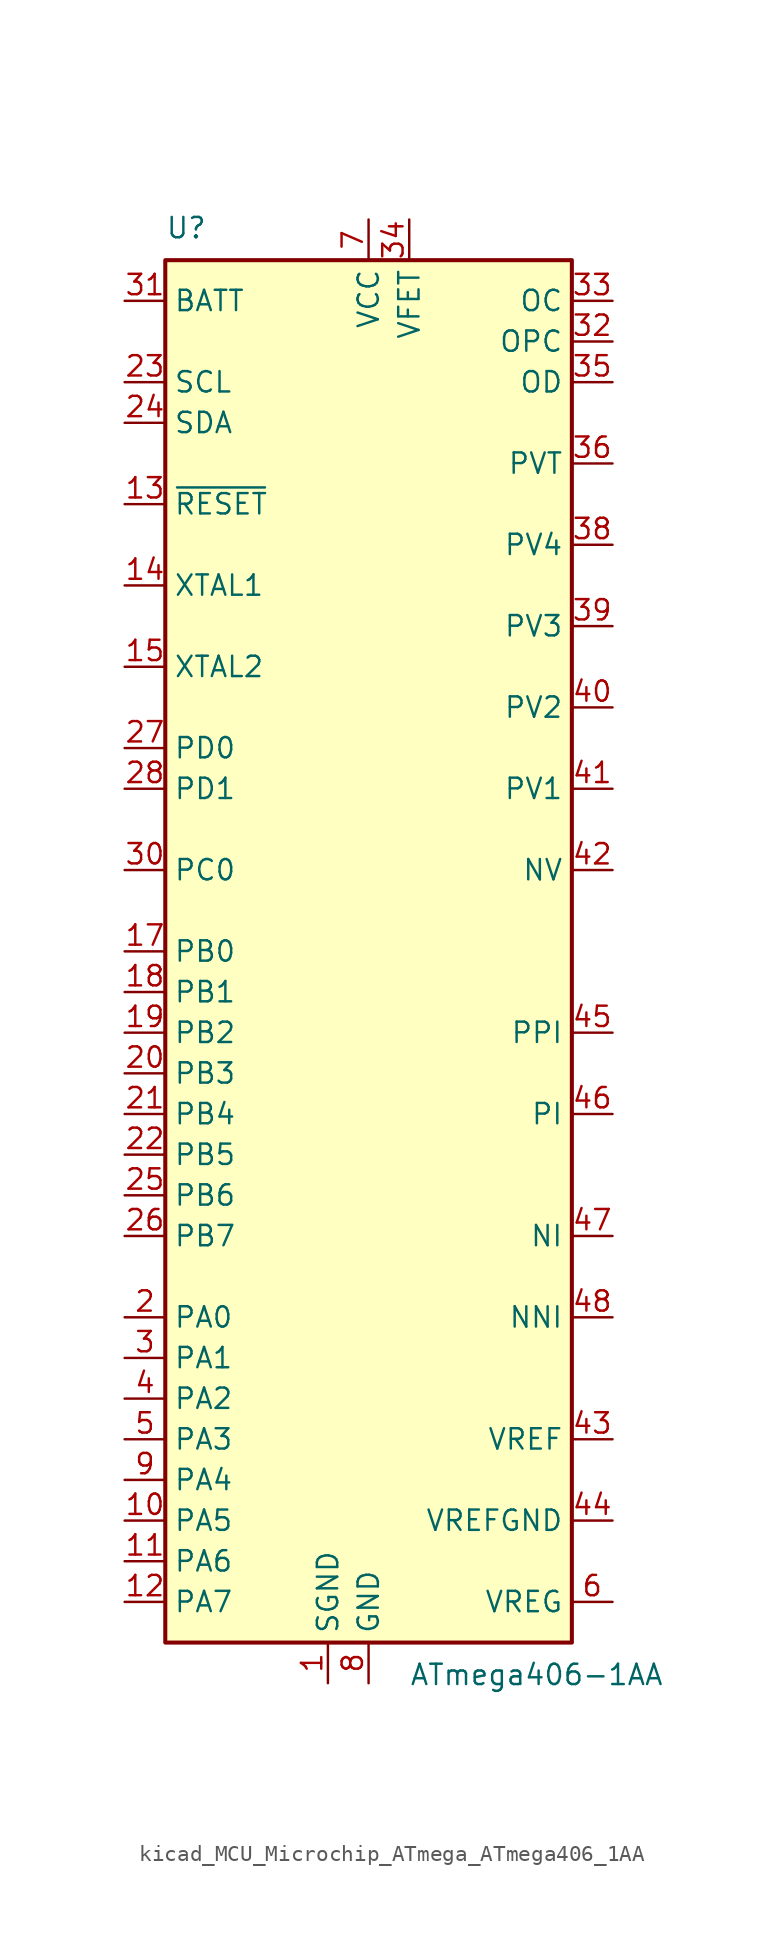
<source format=kicad_sym>
(kicad_symbol_lib
  (version 20220914)
  (generator kicad_symbol_editor)
  (symbol "kicad_MCU_Microchip_ATmega_ATmega406_1AA"
    (property "Reference" "U"
      (at -12.7 44.45 0)
      (effects (font (size 1.27 1.27)) (justify left bottom)))
    (property "Value" "ATmega406-1AA"
      (at 2.54 -44.45 0)
      (effects (font (size 1.27 1.27)) (justify left top)))
    (symbol "kicad_MCU_Microchip_ATmega_ATmega406_1AA_1_1"
      (rectangle (start -12.7 43.18) (end 12.7 -43.18) (stroke (width 0.254) (type default)) (fill (type background)))
      (pin power_in line (at -2.54 -45.72 90) (length 2.54) (name "SGND" (effects (font (size 1.27 1.27)))) (number "1" (effects (font (size 1.27 1.27)))))
      (pin bidirectional line (at -15.24 -35.56 0) (length 2.54) (name "PA5" (effects (font (size 1.27 1.27)))) (number "10" (effects (font (size 1.27 1.27)))))
      (pin bidirectional line (at -15.24 -38.1 0) (length 2.54) (name "PA6" (effects (font (size 1.27 1.27)))) (number "11" (effects (font (size 1.27 1.27)))))
      (pin bidirectional line (at -15.24 -40.64 0) (length 2.54) (name "PA7" (effects (font (size 1.27 1.27)))) (number "12" (effects (font (size 1.27 1.27)))))
      (pin input line (at -15.24 27.94 0) (length 2.54) (name "~{RESET}" (effects (font (size 1.27 1.27)))) (number "13" (effects (font (size 1.27 1.27)))))
      (pin input line (at -15.24 22.86 0) (length 2.54) (name "XTAL1" (effects (font (size 1.27 1.27)))) (number "14" (effects (font (size 1.27 1.27)))))
      (pin output line (at -15.24 17.78 0) (length 2.54) (name "XTAL2" (effects (font (size 1.27 1.27)))) (number "15" (effects (font (size 1.27 1.27)))))
      (pin passive line (at 0 -45.72 90) (length 2.54) hide (name "GND" (effects (font (size 1.27 1.27)))) (number "16" (effects (font (size 1.27 1.27)))))
      (pin bidirectional line (at -15.24 0 0) (length 2.54) (name "PB0" (effects (font (size 1.27 1.27)))) (number "17" (effects (font (size 1.27 1.27)))))
      (pin bidirectional line (at -15.24 -2.54 0) (length 2.54) (name "PB1" (effects (font (size 1.27 1.27)))) (number "18" (effects (font (size 1.27 1.27)))))
      (pin bidirectional line (at -15.24 -5.08 0) (length 2.54) (name "PB2" (effects (font (size 1.27 1.27)))) (number "19" (effects (font (size 1.27 1.27)))))
      (pin bidirectional line (at -15.24 -22.86 0) (length 2.54) (name "PA0" (effects (font (size 1.27 1.27)))) (number "2" (effects (font (size 1.27 1.27)))))
      (pin bidirectional line (at -15.24 -7.62 0) (length 2.54) (name "PB3" (effects (font (size 1.27 1.27)))) (number "20" (effects (font (size 1.27 1.27)))))
      (pin bidirectional line (at -15.24 -10.16 0) (length 2.54) (name "PB4" (effects (font (size 1.27 1.27)))) (number "21" (effects (font (size 1.27 1.27)))))
      (pin bidirectional line (at -15.24 -12.7 0) (length 2.54) (name "PB5" (effects (font (size 1.27 1.27)))) (number "22" (effects (font (size 1.27 1.27)))))
      (pin input line (at -15.24 35.56 0) (length 2.54) (name "SCL" (effects (font (size 1.27 1.27)))) (number "23" (effects (font (size 1.27 1.27)))))
      (pin bidirectional line (at -15.24 33.02 0) (length 2.54) (name "SDA" (effects (font (size 1.27 1.27)))) (number "24" (effects (font (size 1.27 1.27)))))
      (pin bidirectional line (at -15.24 -15.24 0) (length 2.54) (name "PB6" (effects (font (size 1.27 1.27)))) (number "25" (effects (font (size 1.27 1.27)))))
      (pin bidirectional line (at -15.24 -17.78 0) (length 2.54) (name "PB7" (effects (font (size 1.27 1.27)))) (number "26" (effects (font (size 1.27 1.27)))))
      (pin bidirectional line (at -15.24 12.7 0) (length 2.54) (name "PD0" (effects (font (size 1.27 1.27)))) (number "27" (effects (font (size 1.27 1.27)))))
      (pin bidirectional line (at -15.24 10.16 0) (length 2.54) (name "PD1" (effects (font (size 1.27 1.27)))) (number "28" (effects (font (size 1.27 1.27)))))
      (pin passive line (at 0 -45.72 90) (length 2.54) hide (name "GND" (effects (font (size 1.27 1.27)))) (number "29" (effects (font (size 1.27 1.27)))))
      (pin bidirectional line (at -15.24 -25.4 0) (length 2.54) (name "PA1" (effects (font (size 1.27 1.27)))) (number "3" (effects (font (size 1.27 1.27)))))
      (pin open_collector line (at -15.24 5.08 0) (length 2.54) (name "PC0" (effects (font (size 1.27 1.27)))) (number "30" (effects (font (size 1.27 1.27)))))
      (pin input line (at -15.24 40.64 0) (length 2.54) (name "BATT" (effects (font (size 1.27 1.27)))) (number "31" (effects (font (size 1.27 1.27)))))
      (pin output line (at 15.24 38.1 180) (length 2.54) (name "OPC" (effects (font (size 1.27 1.27)))) (number "32" (effects (font (size 1.27 1.27)))))
      (pin output line (at 15.24 40.64 180) (length 2.54) (name "OC" (effects (font (size 1.27 1.27)))) (number "33" (effects (font (size 1.27 1.27)))))
      (pin power_in line (at 2.54 45.72 270) (length 2.54) (name "VFET" (effects (font (size 1.27 1.27)))) (number "34" (effects (font (size 1.27 1.27)))))
      (pin output line (at 15.24 35.56 180) (length 2.54) (name "OD" (effects (font (size 1.27 1.27)))) (number "35" (effects (font (size 1.27 1.27)))))
      (pin input line (at 15.24 30.48 180) (length 2.54) (name "PVT" (effects (font (size 1.27 1.27)))) (number "36" (effects (font (size 1.27 1.27)))))
      (pin passive line (at 0 -45.72 90) (length 2.54) hide (name "GND" (effects (font (size 1.27 1.27)))) (number "37" (effects (font (size 1.27 1.27)))))
      (pin input line (at 15.24 25.4 180) (length 2.54) (name "PV4" (effects (font (size 1.27 1.27)))) (number "38" (effects (font (size 1.27 1.27)))))
      (pin input line (at 15.24 20.32 180) (length 2.54) (name "PV3" (effects (font (size 1.27 1.27)))) (number "39" (effects (font (size 1.27 1.27)))))
      (pin bidirectional line (at -15.24 -27.94 0) (length 2.54) (name "PA2" (effects (font (size 1.27 1.27)))) (number "4" (effects (font (size 1.27 1.27)))))
      (pin input line (at 15.24 15.24 180) (length 2.54) (name "PV2" (effects (font (size 1.27 1.27)))) (number "40" (effects (font (size 1.27 1.27)))))
      (pin input line (at 15.24 10.16 180) (length 2.54) (name "PV1" (effects (font (size 1.27 1.27)))) (number "41" (effects (font (size 1.27 1.27)))))
      (pin input line (at 15.24 5.08 180) (length 2.54) (name "NV" (effects (font (size 1.27 1.27)))) (number "42" (effects (font (size 1.27 1.27)))))
      (pin passive line (at 15.24 -30.48 180) (length 2.54) (name "VREF" (effects (font (size 1.27 1.27)))) (number "43" (effects (font (size 1.27 1.27)))))
      (pin passive line (at 15.24 -35.56 180) (length 2.54) (name "VREFGND" (effects (font (size 1.27 1.27)))) (number "44" (effects (font (size 1.27 1.27)))))
      (pin input line (at 15.24 -5.08 180) (length 2.54) (name "PPI" (effects (font (size 1.27 1.27)))) (number "45" (effects (font (size 1.27 1.27)))))
      (pin input line (at 15.24 -10.16 180) (length 2.54) (name "PI" (effects (font (size 1.27 1.27)))) (number "46" (effects (font (size 1.27 1.27)))))
      (pin input line (at 15.24 -17.78 180) (length 2.54) (name "NI" (effects (font (size 1.27 1.27)))) (number "47" (effects (font (size 1.27 1.27)))))
      (pin input line (at 15.24 -22.86 180) (length 2.54) (name "NNI" (effects (font (size 1.27 1.27)))) (number "48" (effects (font (size 1.27 1.27)))))
      (pin bidirectional line (at -15.24 -30.48 0) (length 2.54) (name "PA3" (effects (font (size 1.27 1.27)))) (number "5" (effects (font (size 1.27 1.27)))))
      (pin power_out line (at 15.24 -40.64 180) (length 2.54) (name "VREG" (effects (font (size 1.27 1.27)))) (number "6" (effects (font (size 1.27 1.27)))))
      (pin power_in line (at 0 45.72 270) (length 2.54) (name "VCC" (effects (font (size 1.27 1.27)))) (number "7" (effects (font (size 1.27 1.27)))))
      (pin power_in line (at 0 -45.72 90) (length 2.54) (name "GND" (effects (font (size 1.27 1.27)))) (number "8" (effects (font (size 1.27 1.27)))))
      (pin bidirectional line (at -15.24 -33.02 0) (length 2.54) (name "PA4" (effects (font (size 1.27 1.27)))) (number "9" (effects (font (size 1.27 1.27))))))))
</source>
